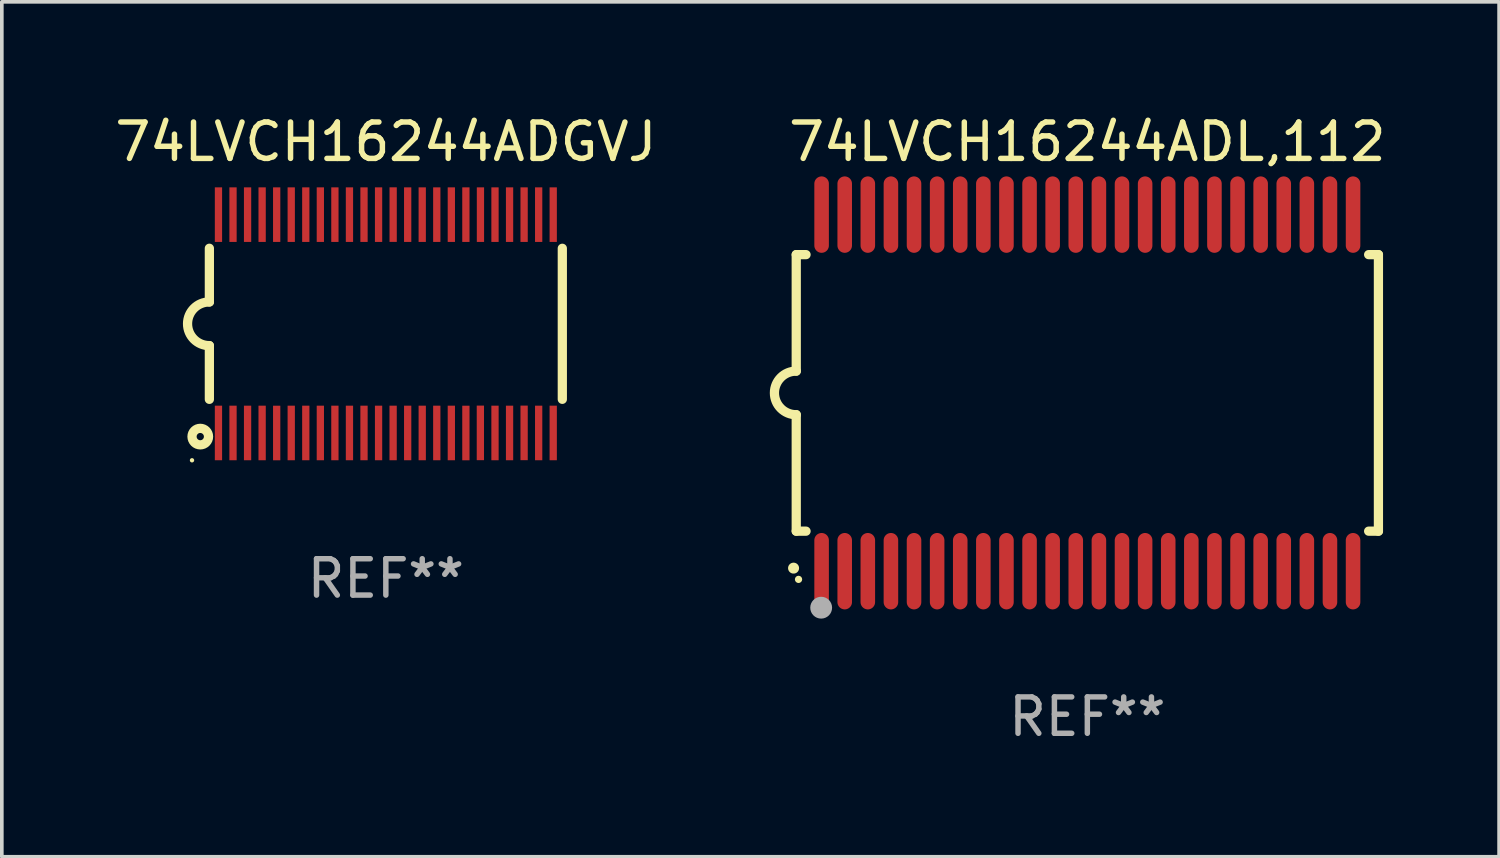
<source format=kicad_pcb>
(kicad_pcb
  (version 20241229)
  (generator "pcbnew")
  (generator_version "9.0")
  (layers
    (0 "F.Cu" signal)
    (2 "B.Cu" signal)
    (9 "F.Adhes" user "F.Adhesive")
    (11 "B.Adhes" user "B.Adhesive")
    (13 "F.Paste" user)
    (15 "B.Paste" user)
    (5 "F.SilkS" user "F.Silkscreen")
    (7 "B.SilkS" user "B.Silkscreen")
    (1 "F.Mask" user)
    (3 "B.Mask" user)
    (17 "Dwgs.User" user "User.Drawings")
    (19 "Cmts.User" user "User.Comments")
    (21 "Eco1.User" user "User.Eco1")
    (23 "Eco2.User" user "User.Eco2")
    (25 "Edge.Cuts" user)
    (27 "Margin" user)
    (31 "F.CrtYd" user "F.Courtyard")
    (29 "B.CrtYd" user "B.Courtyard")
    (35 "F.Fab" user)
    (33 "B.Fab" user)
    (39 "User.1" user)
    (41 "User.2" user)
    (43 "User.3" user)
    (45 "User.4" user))
  (footprint "74LVCH16244ADL,112"
    (layer "F.Cu")
    (at 26.833 7.748)
    (property "Reference" "74LVCH16244ADL,112" (at 0 -6.9 0) (layer "F.SilkS") (effects (font (size 1 1) (thickness 0.15))))
    (attr through_hole)
    (fp_line (start -8 -3.8) (end -8 -0.599) (stroke (width 0.254) (type solid)) (layer "F.SilkS"))
    (fp_line (start -8 -3.8) (end -7.731 -3.8) (stroke (width 0.254) (type solid)) (layer "F.SilkS"))
    (fp_line (start -8 3.8) (end -8 0.599) (stroke (width 0.254) (type solid)) (layer "F.SilkS"))
    (fp_line (start -7.731 3.8) (end -8 3.8) (stroke (width 0.254) (type solid)) (layer "F.SilkS"))
    (fp_line (start 7.731 -3.8) (end 8 -3.8) (stroke (width 0.254) (type solid)) (layer "F.SilkS"))
    (fp_line (start 8 -3.8) (end 8 3.8) (stroke (width 0.254) (type solid)) (layer "F.SilkS"))
    (fp_line (start 8 3.8) (end 7.731 3.8) (stroke (width 0.254) (type solid)) (layer "F.SilkS"))
    (fp_arc (start -8.074676 4.81585) (mid -8.073406 4.815845) (end -8.072136 4.81585) (stroke (width 0.3) (type solid)) (layer "F.SilkS"))
    (fp_arc (start -8.000025 0.6) (mid -8.598908 0.00056) (end -8.000027 -0.598882) (stroke (width 0.254001) (type solid)) (layer "F.SilkS"))
    (fp_circle (center -7.937 5.125) (end -7.887 5.125) (stroke (width 0.1) (type solid)) (fill no) (layer "F.SilkS"))
    (fp_circle (center -7.315 5.903) (end -7.165 5.903) (stroke (width 0.3) (type solid)) (fill no) (layer "F.Fab"))
    (fp_text user "REF**" (at 0 8.9 0) (layer "F.Fab") (effects (font (size 1 1) (thickness 0.15))))
    (pad "1" smd oval (at -7.303 4.9) (size 0.4 2.1) (layers "F.Cu" "F.Mask" "F.Paste"))
    (pad "2" smd oval (at -6.668 4.9) (size 0.4 2.1) (layers "F.Cu" "F.Mask" "F.Paste"))
    (pad "3" smd oval (at -6.033 4.9) (size 0.4 2.1) (layers "F.Cu" "F.Mask" "F.Paste"))
    (pad "4" smd oval (at -5.398 4.9) (size 0.4 2.1) (layers "F.Cu" "F.Mask" "F.Paste"))
    (pad "5" smd oval (at -4.763 4.9) (size 0.4 2.1) (layers "F.Cu" "F.Mask" "F.Paste"))
    (pad "6" smd oval (at -4.128 4.9) (size 0.4 2.1) (layers "F.Cu" "F.Mask" "F.Paste"))
    (pad "7" smd oval (at -3.493 4.9) (size 0.4 2.1) (layers "F.Cu" "F.Mask" "F.Paste"))
    (pad "8" smd oval (at -2.858 4.9) (size 0.4 2.1) (layers "F.Cu" "F.Mask" "F.Paste"))
    (pad "9" smd oval (at -2.223 4.9) (size 0.4 2.1) (layers "F.Cu" "F.Mask" "F.Paste"))
    (pad "10" smd oval (at -1.588 4.9) (size 0.4 2.1) (layers "F.Cu" "F.Mask" "F.Paste"))
    (pad "11" smd oval (at -0.953 4.9) (size 0.4 2.1) (layers "F.Cu" "F.Mask" "F.Paste"))
    (pad "12" smd oval (at -0.318 4.9) (size 0.4 2.1) (layers "F.Cu" "F.Mask" "F.Paste"))
    (pad "13" smd oval (at 0.318 4.9) (size 0.4 2.1) (layers "F.Cu" "F.Mask" "F.Paste"))
    (pad "14" smd oval (at 0.953 4.9) (size 0.4 2.1) (layers "F.Cu" "F.Mask" "F.Paste"))
    (pad "15" smd oval (at 1.588 4.9) (size 0.4 2.1) (layers "F.Cu" "F.Mask" "F.Paste"))
    (pad "16" smd oval (at 2.223 4.9) (size 0.4 2.1) (layers "F.Cu" "F.Mask" "F.Paste"))
    (pad "17" smd oval (at 2.858 4.9) (size 0.4 2.1) (layers "F.Cu" "F.Mask" "F.Paste"))
    (pad "18" smd oval (at 3.493 4.9) (size 0.4 2.1) (layers "F.Cu" "F.Mask" "F.Paste"))
    (pad "19" smd oval (at 4.128 4.9) (size 0.4 2.1) (layers "F.Cu" "F.Mask" "F.Paste"))
    (pad "20" smd oval (at 4.763 4.9) (size 0.4 2.1) (layers "F.Cu" "F.Mask" "F.Paste"))
    (pad "21" smd oval (at 5.398 4.9) (size 0.4 2.1) (layers "F.Cu" "F.Mask" "F.Paste"))
    (pad "22" smd oval (at 6.033 4.9) (size 0.4 2.1) (layers "F.Cu" "F.Mask" "F.Paste"))
    (pad "23" smd oval (at 6.668 4.9) (size 0.4 2.1) (layers "F.Cu" "F.Mask" "F.Paste"))
    (pad "24" smd oval (at 7.303 4.9) (size 0.4 2.1) (layers "F.Cu" "F.Mask" "F.Paste"))
    (pad "25" smd oval (at 7.303 -4.9 180) (size 0.4 2.1) (layers "F.Cu" "F.Mask" "F.Paste"))
    (pad "26" smd oval (at 6.668 -4.9 180) (size 0.4 2.1) (layers "F.Cu" "F.Mask" "F.Paste"))
    (pad "27" smd oval (at 6.033 -4.9 180) (size 0.4 2.1) (layers "F.Cu" "F.Mask" "F.Paste"))
    (pad "28" smd oval (at 5.398 -4.9 180) (size 0.4 2.1) (layers "F.Cu" "F.Mask" "F.Paste"))
    (pad "29" smd oval (at 4.763 -4.9 180) (size 0.4 2.1) (layers "F.Cu" "F.Mask" "F.Paste"))
    (pad "30" smd oval (at 4.128 -4.9 180) (size 0.4 2.1) (layers "F.Cu" "F.Mask" "F.Paste"))
    (pad "31" smd oval (at 3.493 -4.9 180) (size 0.4 2.1) (layers "F.Cu" "F.Mask" "F.Paste"))
    (pad "32" smd oval (at 2.858 -4.9 180) (size 0.4 2.1) (layers "F.Cu" "F.Mask" "F.Paste"))
    (pad "33" smd oval (at 2.223 -4.9 180) (size 0.4 2.1) (layers "F.Cu" "F.Mask" "F.Paste"))
    (pad "34" smd oval (at 1.588 -4.9 180) (size 0.4 2.1) (layers "F.Cu" "F.Mask" "F.Paste"))
    (pad "35" smd oval (at 0.953 -4.9 180) (size 0.4 2.1) (layers "F.Cu" "F.Mask" "F.Paste"))
    (pad "36" smd oval (at 0.318 -4.9 180) (size 0.4 2.1) (layers "F.Cu" "F.Mask" "F.Paste"))
    (pad "37" smd oval (at -0.318 -4.9 180) (size 0.4 2.1) (layers "F.Cu" "F.Mask" "F.Paste"))
    (pad "38" smd oval (at -0.953 -4.9 180) (size 0.4 2.1) (layers "F.Cu" "F.Mask" "F.Paste"))
    (pad "39" smd oval (at -1.588 -4.9 180) (size 0.4 2.1) (layers "F.Cu" "F.Mask" "F.Paste"))
    (pad "40" smd oval (at -2.223 -4.9 180) (size 0.4 2.1) (layers "F.Cu" "F.Mask" "F.Paste"))
    (pad "41" smd oval (at -2.858 -4.9 180) (size 0.4 2.1) (layers "F.Cu" "F.Mask" "F.Paste"))
    (pad "42" smd oval (at -3.493 -4.9 180) (size 0.4 2.1) (layers "F.Cu" "F.Mask" "F.Paste"))
    (pad "43" smd oval (at -4.128 -4.9 180) (size 0.4 2.1) (layers "F.Cu" "F.Mask" "F.Paste"))
    (pad "44" smd oval (at -4.763 -4.9 180) (size 0.4 2.1) (layers "F.Cu" "F.Mask" "F.Paste"))
    (pad "45" smd oval (at -5.398 -4.9 180) (size 0.4 2.1) (layers "F.Cu" "F.Mask" "F.Paste"))
    (pad "46" smd oval (at -6.033 -4.9 180) (size 0.4 2.1) (layers "F.Cu" "F.Mask" "F.Paste"))
    (pad "47" smd oval (at -6.668 -4.9 180) (size 0.4 2.1) (layers "F.Cu" "F.Mask" "F.Paste"))
    (pad "48" smd oval (at -7.303 -4.9 180) (size 0.4 2.1) (layers "F.Cu" "F.Mask" "F.Paste")))
  (footprint "74LVCH16244ADGVJ"
    (layer "F.Cu")
    (at 7.554 5.849)
    (property "Reference" "74LVCH16244ADGVJ" (at 0 -5.001 0) (layer "F.SilkS") (effects (font (size 1 1) (thickness 0.15))))
    (attr through_hole)
    (fp_line (start -4.85 -2.076) (end -4.85 -0.6) (stroke (width 0.254) (type solid)) (layer "F.SilkS"))
    (fp_line (start -4.85 2.076) (end -4.85 0.6) (stroke (width 0.254) (type solid)) (layer "F.SilkS"))
    (fp_line (start 4.85 -2.075) (end 4.85 2.075) (stroke (width 0.254) (type solid)) (layer "F.SilkS"))
    (fp_arc (start -4.850013 0.6) (mid -5.449099 -0.0008) (end -4.848869 -0.600457) (stroke (width 0.254001) (type solid)) (layer "F.SilkS"))
    (fp_circle (center -5.327 3.751) (end -5.297 3.751) (stroke (width 0.06) (type solid)) (fill no) (layer "F.SilkS"))
    (fp_circle (center -5.1 3.1) (end -5 3.1) (stroke (width 0.254) (type solid)) (fill no) (layer "F.SilkS"))
    (fp_text user "REF**" (at 0 7.001 0) (layer "F.Fab") (effects (font (size 1 1) (thickness 0.15))))
    (pad "1" smd rect (at -4.6 3) (size 0.2 1.5) (layers "F.Cu" "F.Mask" "F.Paste"))
    (pad "2" smd rect (at -4.2 3) (size 0.2 1.5) (layers "F.Cu" "F.Mask" "F.Paste"))
    (pad "3" smd rect (at -3.8 3) (size 0.2 1.5) (layers "F.Cu" "F.Mask" "F.Paste"))
    (pad "4" smd rect (at -3.4 3) (size 0.2 1.5) (layers "F.Cu" "F.Mask" "F.Paste"))
    (pad "5" smd rect (at -3 3.001) (size 0.2 1.5) (layers "F.Cu" "F.Mask" "F.Paste"))
    (pad "6" smd rect (at -2.6 3) (size 0.2 1.5) (layers "F.Cu" "F.Mask" "F.Paste"))
    (pad "7" smd rect (at -2.2 3) (size 0.2 1.5) (layers "F.Cu" "F.Mask" "F.Paste"))
    (pad "8" smd rect (at -1.8 3) (size 0.2 1.5) (layers "F.Cu" "F.Mask" "F.Paste"))
    (pad "9" smd rect (at -1.4 3) (size 0.2 1.5) (layers "F.Cu" "F.Mask" "F.Paste"))
    (pad "10" smd rect (at -1 3) (size 0.2 1.5) (layers "F.Cu" "F.Mask" "F.Paste"))
    (pad "11" smd rect (at -0.6 3) (size 0.2 1.5) (layers "F.Cu" "F.Mask" "F.Paste"))
    (pad "12" smd rect (at -0.2 3) (size 0.2 1.5) (layers "F.Cu" "F.Mask" "F.Paste"))
    (pad "13" smd rect (at 0.2 3) (size 0.2 1.5) (layers "F.Cu" "F.Mask" "F.Paste"))
    (pad "14" smd rect (at 0.6 3) (size 0.2 1.5) (layers "F.Cu" "F.Mask" "F.Paste"))
    (pad "15" smd rect (at 1 3) (size 0.2 1.5) (layers "F.Cu" "F.Mask" "F.Paste"))
    (pad "16" smd rect (at 1.4 3) (size 0.2 1.5) (layers "F.Cu" "F.Mask" "F.Paste"))
    (pad "17" smd rect (at 1.8 3) (size 0.2 1.5) (layers "F.Cu" "F.Mask" "F.Paste"))
    (pad "18" smd rect (at 2.2 3.001) (size 0.2 1.5) (layers "F.Cu" "F.Mask" "F.Paste"))
    (pad "19" smd rect (at 2.598 2.998) (size 0.2 1.5) (layers "F.Cu" "F.Mask" "F.Paste"))
    (pad "20" smd rect (at 3 3) (size 0.2 1.5) (layers "F.Cu" "F.Mask" "F.Paste"))
    (pad "21" smd rect (at 3.4 3) (size 0.2 1.5) (layers "F.Cu" "F.Mask" "F.Paste"))
    (pad "22" smd rect (at 3.8 2.998) (size 0.2 1.5) (layers "F.Cu" "F.Mask" "F.Paste"))
    (pad "23" smd rect (at 4.2 3) (size 0.2 1.5) (layers "F.Cu" "F.Mask" "F.Paste"))
    (pad "24" smd rect (at 4.6 3) (size 0.2 1.5) (layers "F.Cu" "F.Mask" "F.Paste"))
    (pad "25" smd rect (at 4.6 -3) (size 0.2 1.5) (layers "F.Cu" "F.Mask" "F.Paste"))
    (pad "26" smd rect (at 4.2 -3) (size 0.2 1.5) (layers "F.Cu" "F.Mask" "F.Paste"))
    (pad "27" smd rect (at 3.8 -3) (size 0.2 1.5) (layers "F.Cu" "F.Mask" "F.Paste"))
    (pad "28" smd rect (at 3.4 -3) (size 0.2 1.5) (layers "F.Cu" "F.Mask" "F.Paste"))
    (pad "29" smd rect (at 3 -3) (size 0.2 1.5) (layers "F.Cu" "F.Mask" "F.Paste"))
    (pad "30" smd rect (at 2.6 -3) (size 0.2 1.5) (layers "F.Cu" "F.Mask" "F.Paste"))
    (pad "31" smd rect (at 2.2 -3) (size 0.2 1.5) (layers "F.Cu" "F.Mask" "F.Paste"))
    (pad "32" smd rect (at 1.8 -3) (size 0.2 1.5) (layers "F.Cu" "F.Mask" "F.Paste"))
    (pad "33" smd rect (at 1.4 -3) (size 0.2 1.5) (layers "F.Cu" "F.Mask" "F.Paste"))
    (pad "34" smd rect (at 1 -3) (size 0.2 1.5) (layers "F.Cu" "F.Mask" "F.Paste"))
    (pad "35" smd rect (at 0.6 -3) (size 0.2 1.5) (layers "F.Cu" "F.Mask" "F.Paste"))
    (pad "36" smd rect (at 0.201 -3.001) (size 0.2 1.5) (layers "F.Cu" "F.Mask" "F.Paste"))
    (pad "37" smd rect (at -0.2 -3) (size 0.2 1.5) (layers "F.Cu" "F.Mask" "F.Paste"))
    (pad "38" smd rect (at -0.6 -3) (size 0.2 1.5) (layers "F.Cu" "F.Mask" "F.Paste"))
    (pad "39" smd rect (at -1 -3) (size 0.2 1.5) (layers "F.Cu" "F.Mask" "F.Paste"))
    (pad "40" smd rect (at -1.4 -3) (size 0.2 1.5) (layers "F.Cu" "F.Mask" "F.Paste"))
    (pad "41" smd rect (at -1.8 -3) (size 0.2 1.5) (layers "F.Cu" "F.Mask" "F.Paste"))
    (pad "42" smd rect (at -2.2 -3) (size 0.2 1.5) (layers "F.Cu" "F.Mask" "F.Paste"))
    (pad "43" smd rect (at -2.6 -3) (size 0.2 1.5) (layers "F.Cu" "F.Mask" "F.Paste"))
    (pad "44" smd rect (at -3 -3) (size 0.2 1.5) (layers "F.Cu" "F.Mask" "F.Paste"))
    (pad "45" smd rect (at -3.4 -3) (size 0.2 1.5) (layers "F.Cu" "F.Mask" "F.Paste"))
    (pad "46" smd rect (at -3.8 -3) (size 0.2 1.5) (layers "F.Cu" "F.Mask" "F.Paste"))
    (pad "47" smd rect (at -4.2 -3) (size 0.2 1.5) (layers "F.Cu" "F.Mask" "F.Paste"))
    (pad "48" smd rect (at -4.6 -3) (size 0.2 1.5) (layers "F.Cu" "F.Mask" "F.Paste")))
  (gr_rect
    (start -3 -3)
    (end 38.149 20.496)
    (stroke (width 0.1) (type default))
    (fill no)
    (layer "Edge.Cuts")))
</source>
